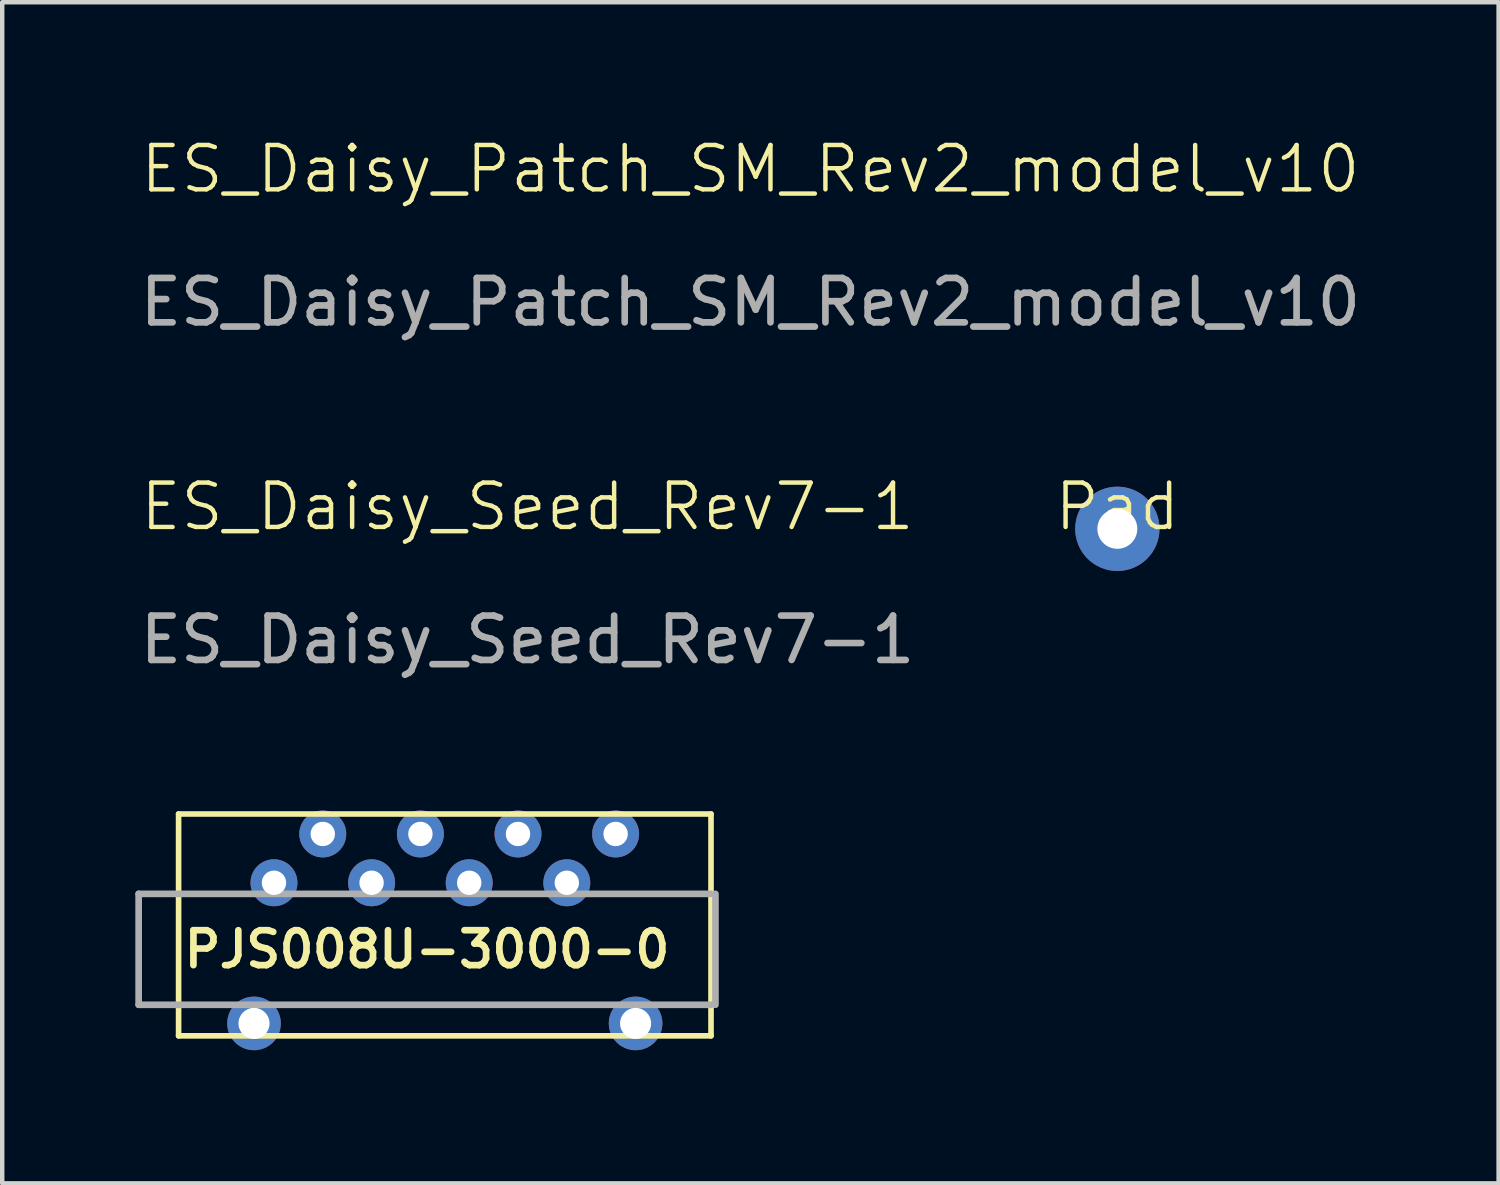
<source format=kicad_pcb>
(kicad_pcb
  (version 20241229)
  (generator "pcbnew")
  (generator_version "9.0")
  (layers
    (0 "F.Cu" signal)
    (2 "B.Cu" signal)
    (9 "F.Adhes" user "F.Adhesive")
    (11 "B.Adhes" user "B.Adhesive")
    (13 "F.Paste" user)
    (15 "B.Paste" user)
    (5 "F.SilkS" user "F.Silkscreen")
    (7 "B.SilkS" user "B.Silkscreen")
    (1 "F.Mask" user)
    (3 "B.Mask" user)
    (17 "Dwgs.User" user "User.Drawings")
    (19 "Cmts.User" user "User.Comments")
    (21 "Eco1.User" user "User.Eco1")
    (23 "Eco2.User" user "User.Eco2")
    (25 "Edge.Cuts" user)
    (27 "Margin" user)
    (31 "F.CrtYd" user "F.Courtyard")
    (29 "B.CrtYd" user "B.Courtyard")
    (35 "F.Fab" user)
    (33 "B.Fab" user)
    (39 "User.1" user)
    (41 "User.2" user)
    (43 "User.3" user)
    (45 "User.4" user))
  (footprint "PJS008U-3000-0"
    (layer "F.Cu")
    (at 6.575 18.346)
    (property "Reference" "PJS008U-3000-0" (at 0 0 0) (layer "F.SilkS") (effects (font (size 0.787 0.787) (thickness 0.15))))
    (attr through_hole)
    (fp_line (start -5.6 -3.05) (end -5.6 1.95) (stroke (width 0.127) (type solid)) (layer "F.SilkS"))
    (fp_line (start -5.6 1.95) (end 6.4 1.95) (stroke (width 0.127) (type solid)) (layer "F.SilkS"))
    (fp_line (start 6.4 -3.05) (end -5.6 -3.05) (stroke (width 0.127) (type solid)) (layer "F.SilkS"))
    (fp_line (start 6.4 1.95) (end 6.4 -3.05) (stroke (width 0.127) (type solid)) (layer "F.SilkS"))
    (fp_line (start -6.5 -1.25) (end 6.4 -1.25) (stroke (width 0.15) (type solid)) (layer "F.Fab"))
    (fp_line (start -6.5 1.25) (end -6.5 -1.25) (stroke (width 0.15) (type solid)) (layer "F.Fab"))
    (fp_line (start 6.4 1.25) (end -6.5 1.25) (stroke (width 0.15) (type solid)) (layer "F.Fab"))
    (fp_line (start 6.5 -1.25) (end 6.5 1.25) (stroke (width 0.15) (type solid)) (layer "F.Fab"))
    (pad "P$1" thru_hole circle (at -3.45 -1.5) (size 1.058 1.058) (drill 0.55) (layers "*.Cu" "*.Mask"))
    (pad "P$2" thru_hole circle (at -2.35 -2.6) (size 1.058 1.058) (drill 0.55) (layers "*.Cu" "*.Mask"))
    (pad "P$3" thru_hole circle (at -1.25 -1.5) (size 1.058 1.058) (drill 0.55) (layers "*.Cu" "*.Mask"))
    (pad "P$4" thru_hole circle (at -0.15 -2.6) (size 1.058 1.058) (drill 0.55) (layers "*.Cu" "*.Mask"))
    (pad "P$5" thru_hole circle (at 0.95 -1.5) (size 1.058 1.058) (drill 0.55) (layers "*.Cu" "*.Mask"))
    (pad "P$6" thru_hole circle (at 2.05 -2.6) (size 1.058 1.058) (drill 0.55) (layers "*.Cu" "*.Mask"))
    (pad "P$7" thru_hole circle (at 3.15 -1.5) (size 1.058 1.058) (drill 0.55) (layers "*.Cu" "*.Mask"))
    (pad "P$8" thru_hole circle (at 4.25 -2.6) (size 1.058 1.058) (drill 0.55) (layers "*.Cu" "*.Mask"))
    (pad "P$9" thru_hole circle (at -3.9 1.67) (size 1.208 1.208) (drill 0.7) (layers "*.Cu" "*.Mask"))
    (pad "P$10" thru_hole circle (at 4.7 1.67) (size 1.208 1.208) (drill 0.7) (layers "*.Cu" "*.Mask")))
  (footprint "ES_Daisy_Seed_Rev7-1"
    (layer "F.Cu")
    (at 8.839 9.869)
    (property "Reference" "ES_Daisy_Seed_Rev7-1" (at 0 -1.5 0) (unlocked yes) (layer "F.SilkS") (effects (font (size 1 1) (thickness 0.1))))
    (attr through_hole)
    (fp_text user "${REFERENCE}" (at 0 1.5 0) (unlocked yes) (layer "F.Fab") (effects (font (size 1 1) (thickness 0.15)))))
  (footprint "Pad"
    (layer "F.Cu")
    (at 22.133 8.869)
    (property "Reference" "Pad" (at 0 -0.5 0) (unlocked yes) (layer "F.SilkS") (effects (font (size 1 1) (thickness 0.1))))
    (attr exclude_from_pos_files exclude_from_bom)
    (pad "" thru_hole circle (at 0 0) (size 1.9 1.9) (drill 0.9) (layers "*.Cu" "*.Mask")))
  (footprint "ES_Daisy_Patch_SM_Rev2_model_v10"
    (layer "F.Cu")
    (at 13.863 0.76)
    (property "Reference" "ES_Daisy_Patch_SM_Rev2_model_v10" (at 0 0 0) (unlocked yes) (layer "F.SilkS") (effects (font (size 1 1) (thickness 0.1))))
    (attr through_hole)
    (fp_text user "${REFERENCE}" (at 0 3 0) (unlocked yes) (layer "F.Fab") (effects (font (size 1 1) (thickness 0.15)))))
  (gr_rect
    (start -3 -3)
    (end 30.726 23.62)
    (stroke (width 0.1) (type default))
    (fill no)
    (layer "Edge.Cuts")))
</source>
